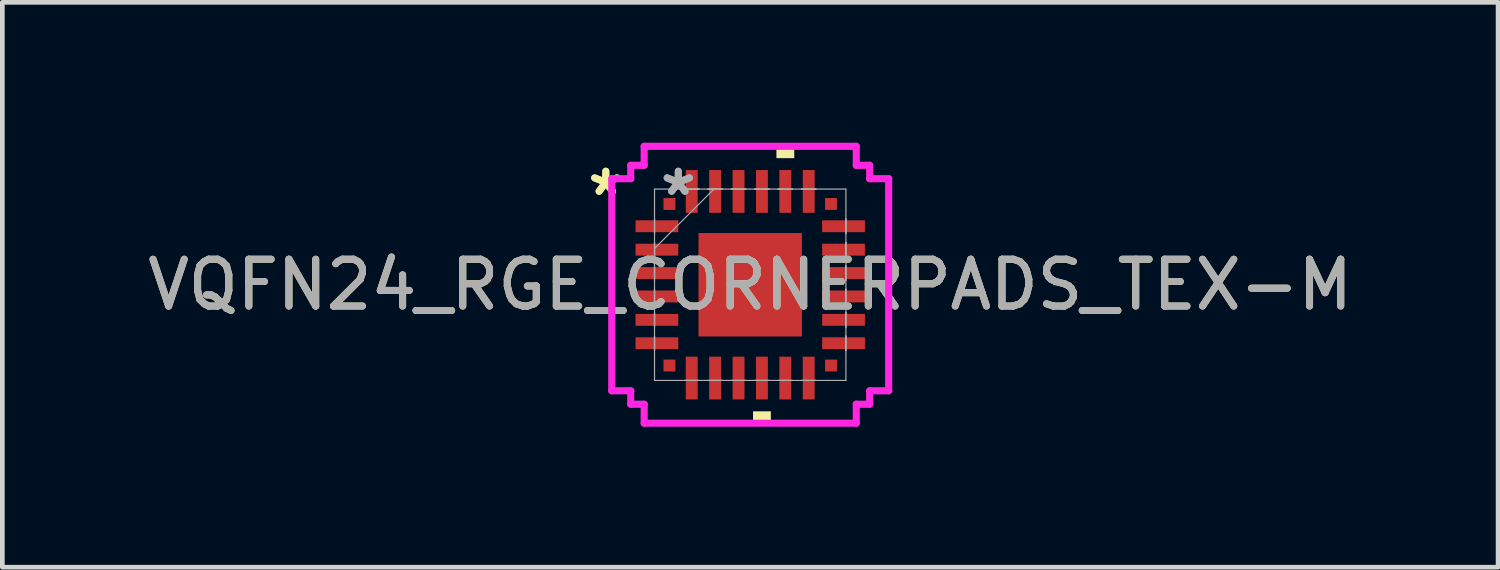
<source format=kicad_pcb>
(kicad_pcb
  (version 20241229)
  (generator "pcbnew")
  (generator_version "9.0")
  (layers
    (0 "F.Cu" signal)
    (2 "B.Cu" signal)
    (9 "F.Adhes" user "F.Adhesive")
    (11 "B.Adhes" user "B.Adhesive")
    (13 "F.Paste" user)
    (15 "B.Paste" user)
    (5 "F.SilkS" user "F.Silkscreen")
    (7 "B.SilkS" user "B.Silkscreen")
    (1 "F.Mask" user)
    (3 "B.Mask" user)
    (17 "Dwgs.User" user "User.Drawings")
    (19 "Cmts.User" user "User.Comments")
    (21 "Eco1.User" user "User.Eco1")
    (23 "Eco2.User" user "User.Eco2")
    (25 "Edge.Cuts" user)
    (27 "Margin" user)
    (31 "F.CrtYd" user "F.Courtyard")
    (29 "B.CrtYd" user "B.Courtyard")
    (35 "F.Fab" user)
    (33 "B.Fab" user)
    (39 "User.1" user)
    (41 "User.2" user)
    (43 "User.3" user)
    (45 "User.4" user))
  (footprint "VQFN24_RGE_CORNERPADS_TEX-M"
    (layer "F.Cu")
    (at 12.982 3.035)
    (property "Reference" "VQFN24_RGE_CORNERPADS_TEX-M" (at 0 0 0) (unlocked yes) (layer "F.SilkS") (effects (font (size 1 1) (thickness 0.15))))
    (attr smd)
    (fp_poly (pts (xy 0.06 2.705) (xy 0.06 2.959) (xy 0.441 2.959) (xy 0.441 2.705)) (stroke (width 0) (type solid)) (fill yes) (layer "F.SilkS"))
    (fp_poly (pts (xy 0.56 -2.705) (xy 0.56 -2.959) (xy 0.941 -2.959) (xy 0.941 -2.705)) (stroke (width 0) (type solid)) (fill yes) (layer "F.SilkS"))
    (fp_line (start -2.959 -2.266) (end -2.553 -2.266) (stroke (width 0.152) (type solid)) (layer "F.CrtYd"))
    (fp_line (start -2.959 2.266) (end -2.959 -2.266) (stroke (width 0.152) (type solid)) (layer "F.CrtYd"))
    (fp_line (start -2.959 2.266) (end -2.553 2.266) (stroke (width 0.152) (type solid)) (layer "F.CrtYd"))
    (fp_line (start -2.553 -2.553) (end -2.266 -2.553) (stroke (width 0.152) (type solid)) (layer "F.CrtYd"))
    (fp_line (start -2.553 -2.266) (end -2.553 -2.553) (stroke (width 0.152) (type solid)) (layer "F.CrtYd"))
    (fp_line (start -2.553 2.553) (end -2.553 2.266) (stroke (width 0.152) (type solid)) (layer "F.CrtYd"))
    (fp_line (start -2.266 -2.959) (end 2.266 -2.959) (stroke (width 0.152) (type solid)) (layer "F.CrtYd"))
    (fp_line (start -2.266 -2.553) (end -2.266 -2.959) (stroke (width 0.152) (type solid)) (layer "F.CrtYd"))
    (fp_line (start -2.266 2.553) (end -2.553 2.553) (stroke (width 0.152) (type solid)) (layer "F.CrtYd"))
    (fp_line (start -2.266 2.959) (end -2.266 2.553) (stroke (width 0.152) (type solid)) (layer "F.CrtYd"))
    (fp_line (start 2.266 -2.959) (end 2.266 -2.553) (stroke (width 0.152) (type solid)) (layer "F.CrtYd"))
    (fp_line (start 2.266 -2.553) (end 2.553 -2.553) (stroke (width 0.152) (type solid)) (layer "F.CrtYd"))
    (fp_line (start 2.266 2.553) (end 2.266 2.959) (stroke (width 0.152) (type solid)) (layer "F.CrtYd"))
    (fp_line (start 2.266 2.959) (end -2.266 2.959) (stroke (width 0.152) (type solid)) (layer "F.CrtYd"))
    (fp_line (start 2.553 -2.553) (end 2.553 -2.266) (stroke (width 0.152) (type solid)) (layer "F.CrtYd"))
    (fp_line (start 2.553 -2.266) (end 2.959 -2.266) (stroke (width 0.152) (type solid)) (layer "F.CrtYd"))
    (fp_line (start 2.553 2.266) (end 2.553 2.553) (stroke (width 0.152) (type solid)) (layer "F.CrtYd"))
    (fp_line (start 2.553 2.553) (end 2.266 2.553) (stroke (width 0.152) (type solid)) (layer "F.CrtYd"))
    (fp_line (start 2.959 -2.266) (end 2.959 2.266) (stroke (width 0.152) (type solid)) (layer "F.CrtYd"))
    (fp_line (start 2.959 2.266) (end 2.553 2.266) (stroke (width 0.152) (type solid)) (layer "F.CrtYd"))
    (fp_line (start -2.045 -2.045) (end -2.045 2.045) (stroke (width 0.025) (type solid)) (layer "F.Fab"))
    (fp_line (start -2.045 -1.403) (end -2.045 -1.403) (stroke (width 0.025) (type solid)) (layer "F.Fab"))
    (fp_line (start -2.045 -1.403) (end -2.045 -1.098) (stroke (width 0.025) (type solid)) (layer "F.Fab"))
    (fp_line (start -2.045 -1.098) (end -2.045 -1.403) (stroke (width 0.025) (type solid)) (layer "F.Fab"))
    (fp_line (start -2.045 -1.098) (end -2.045 -1.098) (stroke (width 0.025) (type solid)) (layer "F.Fab"))
    (fp_line (start -2.045 -0.903) (end -2.045 -0.903) (stroke (width 0.025) (type solid)) (layer "F.Fab"))
    (fp_line (start -2.045 -0.903) (end -2.045 -0.598) (stroke (width 0.025) (type solid)) (layer "F.Fab"))
    (fp_line (start -2.045 -0.775) (end -0.775 -2.045) (stroke (width 0.025) (type solid)) (layer "F.Fab"))
    (fp_line (start -2.045 -0.598) (end -2.045 -0.903) (stroke (width 0.025) (type solid)) (layer "F.Fab"))
    (fp_line (start -2.045 -0.598) (end -2.045 -0.598) (stroke (width 0.025) (type solid)) (layer "F.Fab"))
    (fp_line (start -2.045 -0.402) (end -2.045 -0.402) (stroke (width 0.025) (type solid)) (layer "F.Fab"))
    (fp_line (start -2.045 -0.402) (end -2.045 -0.098) (stroke (width 0.025) (type solid)) (layer "F.Fab"))
    (fp_line (start -2.045 -0.098) (end -2.045 -0.402) (stroke (width 0.025) (type solid)) (layer "F.Fab"))
    (fp_line (start -2.045 -0.098) (end -2.045 -0.098) (stroke (width 0.025) (type solid)) (layer "F.Fab"))
    (fp_line (start -2.045 0.098) (end -2.045 0.098) (stroke (width 0.025) (type solid)) (layer "F.Fab"))
    (fp_line (start -2.045 0.098) (end -2.045 0.402) (stroke (width 0.025) (type solid)) (layer "F.Fab"))
    (fp_line (start -2.045 0.402) (end -2.045 0.098) (stroke (width 0.025) (type solid)) (layer "F.Fab"))
    (fp_line (start -2.045 0.402) (end -2.045 0.402) (stroke (width 0.025) (type solid)) (layer "F.Fab"))
    (fp_line (start -2.045 0.598) (end -2.045 0.598) (stroke (width 0.025) (type solid)) (layer "F.Fab"))
    (fp_line (start -2.045 0.598) (end -2.045 0.903) (stroke (width 0.025) (type solid)) (layer "F.Fab"))
    (fp_line (start -2.045 0.903) (end -2.045 0.598) (stroke (width 0.025) (type solid)) (layer "F.Fab"))
    (fp_line (start -2.045 0.903) (end -2.045 0.903) (stroke (width 0.025) (type solid)) (layer "F.Fab"))
    (fp_line (start -2.045 1.098) (end -2.045 1.098) (stroke (width 0.025) (type solid)) (layer "F.Fab"))
    (fp_line (start -2.045 1.098) (end -2.045 1.403) (stroke (width 0.025) (type solid)) (layer "F.Fab"))
    (fp_line (start -2.045 1.403) (end -2.045 1.098) (stroke (width 0.025) (type solid)) (layer "F.Fab"))
    (fp_line (start -2.045 1.403) (end -2.045 1.403) (stroke (width 0.025) (type solid)) (layer "F.Fab"))
    (fp_line (start -2.045 2.045) (end 2.045 2.045) (stroke (width 0.025) (type solid)) (layer "F.Fab"))
    (fp_line (start -1.403 -2.045) (end -1.403 -2.045) (stroke (width 0.025) (type solid)) (layer "F.Fab"))
    (fp_line (start -1.403 -2.045) (end -1.098 -2.045) (stroke (width 0.025) (type solid)) (layer "F.Fab"))
    (fp_line (start -1.403 2.045) (end -1.403 2.045) (stroke (width 0.025) (type solid)) (layer "F.Fab"))
    (fp_line (start -1.403 2.045) (end -1.098 2.045) (stroke (width 0.025) (type solid)) (layer "F.Fab"))
    (fp_line (start -1.098 -2.045) (end -1.403 -2.045) (stroke (width 0.025) (type solid)) (layer "F.Fab"))
    (fp_line (start -1.098 -2.045) (end -1.098 -2.045) (stroke (width 0.025) (type solid)) (layer "F.Fab"))
    (fp_line (start -1.098 2.045) (end -1.403 2.045) (stroke (width 0.025) (type solid)) (layer "F.Fab"))
    (fp_line (start -1.098 2.045) (end -1.098 2.045) (stroke (width 0.025) (type solid)) (layer "F.Fab"))
    (fp_line (start -0.903 -2.045) (end -0.903 -2.045) (stroke (width 0.025) (type solid)) (layer "F.Fab"))
    (fp_line (start -0.903 -2.045) (end -0.598 -2.045) (stroke (width 0.025) (type solid)) (layer "F.Fab"))
    (fp_line (start -0.903 2.045) (end -0.903 2.045) (stroke (width 0.025) (type solid)) (layer "F.Fab"))
    (fp_line (start -0.903 2.045) (end -0.598 2.045) (stroke (width 0.025) (type solid)) (layer "F.Fab"))
    (fp_line (start -0.598 -2.045) (end -0.903 -2.045) (stroke (width 0.025) (type solid)) (layer "F.Fab"))
    (fp_line (start -0.598 -2.045) (end -0.598 -2.045) (stroke (width 0.025) (type solid)) (layer "F.Fab"))
    (fp_line (start -0.598 2.045) (end -0.903 2.045) (stroke (width 0.025) (type solid)) (layer "F.Fab"))
    (fp_line (start -0.598 2.045) (end -0.598 2.045) (stroke (width 0.025) (type solid)) (layer "F.Fab"))
    (fp_line (start -0.402 -2.045) (end -0.402 -2.045) (stroke (width 0.025) (type solid)) (layer "F.Fab"))
    (fp_line (start -0.402 -2.045) (end -0.098 -2.045) (stroke (width 0.025) (type solid)) (layer "F.Fab"))
    (fp_line (start -0.402 2.045) (end -0.402 2.045) (stroke (width 0.025) (type solid)) (layer "F.Fab"))
    (fp_line (start -0.402 2.045) (end -0.098 2.045) (stroke (width 0.025) (type solid)) (layer "F.Fab"))
    (fp_line (start -0.098 -2.045) (end -0.402 -2.045) (stroke (width 0.025) (type solid)) (layer "F.Fab"))
    (fp_line (start -0.098 -2.045) (end -0.098 -2.045) (stroke (width 0.025) (type solid)) (layer "F.Fab"))
    (fp_line (start -0.098 2.045) (end -0.402 2.045) (stroke (width 0.025) (type solid)) (layer "F.Fab"))
    (fp_line (start -0.098 2.045) (end -0.098 2.045) (stroke (width 0.025) (type solid)) (layer "F.Fab"))
    (fp_line (start 0.098 -2.045) (end 0.098 -2.045) (stroke (width 0.025) (type solid)) (layer "F.Fab"))
    (fp_line (start 0.098 -2.045) (end 0.402 -2.045) (stroke (width 0.025) (type solid)) (layer "F.Fab"))
    (fp_line (start 0.098 2.045) (end 0.098 2.045) (stroke (width 0.025) (type solid)) (layer "F.Fab"))
    (fp_line (start 0.098 2.045) (end 0.402 2.045) (stroke (width 0.025) (type solid)) (layer "F.Fab"))
    (fp_line (start 0.402 -2.045) (end 0.098 -2.045) (stroke (width 0.025) (type solid)) (layer "F.Fab"))
    (fp_line (start 0.402 -2.045) (end 0.402 -2.045) (stroke (width 0.025) (type solid)) (layer "F.Fab"))
    (fp_line (start 0.402 2.045) (end 0.098 2.045) (stroke (width 0.025) (type solid)) (layer "F.Fab"))
    (fp_line (start 0.402 2.045) (end 0.402 2.045) (stroke (width 0.025) (type solid)) (layer "F.Fab"))
    (fp_line (start 0.598 -2.045) (end 0.598 -2.045) (stroke (width 0.025) (type solid)) (layer "F.Fab"))
    (fp_line (start 0.598 -2.045) (end 0.903 -2.045) (stroke (width 0.025) (type solid)) (layer "F.Fab"))
    (fp_line (start 0.598 2.045) (end 0.598 2.045) (stroke (width 0.025) (type solid)) (layer "F.Fab"))
    (fp_line (start 0.598 2.045) (end 0.903 2.045) (stroke (width 0.025) (type solid)) (layer "F.Fab"))
    (fp_line (start 0.903 -2.045) (end 0.598 -2.045) (stroke (width 0.025) (type solid)) (layer "F.Fab"))
    (fp_line (start 0.903 -2.045) (end 0.903 -2.045) (stroke (width 0.025) (type solid)) (layer "F.Fab"))
    (fp_line (start 0.903 2.045) (end 0.598 2.045) (stroke (width 0.025) (type solid)) (layer "F.Fab"))
    (fp_line (start 0.903 2.045) (end 0.903 2.045) (stroke (width 0.025) (type solid)) (layer "F.Fab"))
    (fp_line (start 1.098 -2.045) (end 1.098 -2.045) (stroke (width 0.025) (type solid)) (layer "F.Fab"))
    (fp_line (start 1.098 -2.045) (end 1.403 -2.045) (stroke (width 0.025) (type solid)) (layer "F.Fab"))
    (fp_line (start 1.098 2.045) (end 1.098 2.045) (stroke (width 0.025) (type solid)) (layer "F.Fab"))
    (fp_line (start 1.098 2.045) (end 1.403 2.045) (stroke (width 0.025) (type solid)) (layer "F.Fab"))
    (fp_line (start 1.403 -2.045) (end 1.098 -2.045) (stroke (width 0.025) (type solid)) (layer "F.Fab"))
    (fp_line (start 1.403 -2.045) (end 1.403 -2.045) (stroke (width 0.025) (type solid)) (layer "F.Fab"))
    (fp_line (start 1.403 2.045) (end 1.098 2.045) (stroke (width 0.025) (type solid)) (layer "F.Fab"))
    (fp_line (start 1.403 2.045) (end 1.403 2.045) (stroke (width 0.025) (type solid)) (layer "F.Fab"))
    (fp_line (start 2.045 -2.045) (end -2.045 -2.045) (stroke (width 0.025) (type solid)) (layer "F.Fab"))
    (fp_line (start 2.045 -1.403) (end 2.045 -1.403) (stroke (width 0.025) (type solid)) (layer "F.Fab"))
    (fp_line (start 2.045 -1.403) (end 2.045 -1.098) (stroke (width 0.025) (type solid)) (layer "F.Fab"))
    (fp_line (start 2.045 -1.098) (end 2.045 -1.403) (stroke (width 0.025) (type solid)) (layer "F.Fab"))
    (fp_line (start 2.045 -1.098) (end 2.045 -1.098) (stroke (width 0.025) (type solid)) (layer "F.Fab"))
    (fp_line (start 2.045 -0.903) (end 2.045 -0.903) (stroke (width 0.025) (type solid)) (layer "F.Fab"))
    (fp_line (start 2.045 -0.903) (end 2.045 -0.598) (stroke (width 0.025) (type solid)) (layer "F.Fab"))
    (fp_line (start 2.045 -0.598) (end 2.045 -0.903) (stroke (width 0.025) (type solid)) (layer "F.Fab"))
    (fp_line (start 2.045 -0.598) (end 2.045 -0.598) (stroke (width 0.025) (type solid)) (layer "F.Fab"))
    (fp_line (start 2.045 -0.402) (end 2.045 -0.402) (stroke (width 0.025) (type solid)) (layer "F.Fab"))
    (fp_line (start 2.045 -0.402) (end 2.045 -0.098) (stroke (width 0.025) (type solid)) (layer "F.Fab"))
    (fp_line (start 2.045 -0.098) (end 2.045 -0.402) (stroke (width 0.025) (type solid)) (layer "F.Fab"))
    (fp_line (start 2.045 -0.098) (end 2.045 -0.098) (stroke (width 0.025) (type solid)) (layer "F.Fab"))
    (fp_line (start 2.045 0.098) (end 2.045 0.098) (stroke (width 0.025) (type solid)) (layer "F.Fab"))
    (fp_line (start 2.045 0.098) (end 2.045 0.402) (stroke (width 0.025) (type solid)) (layer "F.Fab"))
    (fp_line (start 2.045 0.402) (end 2.045 0.098) (stroke (width 0.025) (type solid)) (layer "F.Fab"))
    (fp_line (start 2.045 0.402) (end 2.045 0.402) (stroke (width 0.025) (type solid)) (layer "F.Fab"))
    (fp_line (start 2.045 0.598) (end 2.045 0.598) (stroke (width 0.025) (type solid)) (layer "F.Fab"))
    (fp_line (start 2.045 0.598) (end 2.045 0.903) (stroke (width 0.025) (type solid)) (layer "F.Fab"))
    (fp_line (start 2.045 0.903) (end 2.045 0.598) (stroke (width 0.025) (type solid)) (layer "F.Fab"))
    (fp_line (start 2.045 0.903) (end 2.045 0.903) (stroke (width 0.025) (type solid)) (layer "F.Fab"))
    (fp_line (start 2.045 1.098) (end 2.045 1.098) (stroke (width 0.025) (type solid)) (layer "F.Fab"))
    (fp_line (start 2.045 1.098) (end 2.045 1.403) (stroke (width 0.025) (type solid)) (layer "F.Fab"))
    (fp_line (start 2.045 1.403) (end 2.045 1.098) (stroke (width 0.025) (type solid)) (layer "F.Fab"))
    (fp_line (start 2.045 1.403) (end 2.045 1.403) (stroke (width 0.025) (type solid)) (layer "F.Fab"))
    (fp_line (start 2.045 2.045) (end 2.045 -2.045) (stroke (width 0.025) (type solid)) (layer "F.Fab"))
    (fp_text user "*" (at -3.086 -1.881 0) (unlocked yes) (layer "F.SilkS") (effects (font (size 1 1) (thickness 0.15))))
    (fp_text user "*" (at -3.086 -1.881 0) (layer "F.SilkS") (effects (font (size 1 1) (thickness 0.15))))
    (fp_text user "*" (at -1.537 -1.881 0) (unlocked yes) (layer "F.Fab") (effects (font (size 1 1) (thickness 0.15))))
    (fp_text user "${REFERENCE}" (at 0 0 0) (unlocked yes) (layer "F.Fab") (effects (font (size 1 1) (thickness 0.15))))
    (fp_text user "*" (at -1.537 -1.881 0) (layer "F.Fab") (effects (font (size 1 1) (thickness 0.15))))
    (pad "1" smd rect (at -1.994 -1.25 90) (size 0.254 0.914) (layers "F.Cu" "F.Mask" "F.Paste"))
    (pad "2" smd rect (at -1.994 -0.75 90) (size 0.254 0.914) (layers "F.Cu" "F.Mask" "F.Paste"))
    (pad "3" smd rect (at -1.994 -0.25 90) (size 0.254 0.914) (layers "F.Cu" "F.Mask" "F.Paste"))
    (pad "4" smd rect (at -1.994 0.25 90) (size 0.254 0.914) (layers "F.Cu" "F.Mask" "F.Paste"))
    (pad "5" smd rect (at -1.994 0.75 90) (size 0.254 0.914) (layers "F.Cu" "F.Mask" "F.Paste"))
    (pad "6" smd rect (at -1.994 1.25 90) (size 0.254 0.914) (layers "F.Cu" "F.Mask" "F.Paste"))
    (pad "7" smd rect (at -1.25 1.994) (size 0.254 0.914) (layers "F.Cu" "F.Mask" "F.Paste"))
    (pad "8" smd rect (at -0.75 1.994) (size 0.254 0.914) (layers "F.Cu" "F.Mask" "F.Paste"))
    (pad "9" smd rect (at -0.25 1.994) (size 0.254 0.914) (layers "F.Cu" "F.Mask" "F.Paste"))
    (pad "10" smd rect (at 0.25 1.994) (size 0.254 0.914) (layers "F.Cu" "F.Mask" "F.Paste"))
    (pad "11" smd rect (at 0.75 1.994) (size 0.254 0.914) (layers "F.Cu" "F.Mask" "F.Paste"))
    (pad "12" smd rect (at 1.25 1.994) (size 0.254 0.914) (layers "F.Cu" "F.Mask" "F.Paste"))
    (pad "13" smd rect (at 1.994 1.25 90) (size 0.254 0.914) (layers "F.Cu" "F.Mask" "F.Paste"))
    (pad "14" smd rect (at 1.994 0.75 90) (size 0.254 0.914) (layers "F.Cu" "F.Mask" "F.Paste"))
    (pad "15" smd rect (at 1.994 0.25 90) (size 0.254 0.914) (layers "F.Cu" "F.Mask" "F.Paste"))
    (pad "16" smd rect (at 1.994 -0.25 90) (size 0.254 0.914) (layers "F.Cu" "F.Mask" "F.Paste"))
    (pad "17" smd rect (at 1.994 -0.75 90) (size 0.254 0.914) (layers "F.Cu" "F.Mask" "F.Paste"))
    (pad "18" smd rect (at 1.994 -1.25 90) (size 0.254 0.914) (layers "F.Cu" "F.Mask" "F.Paste"))
    (pad "19" smd rect (at 1.25 -1.994) (size 0.254 0.914) (layers "F.Cu" "F.Mask" "F.Paste"))
    (pad "20" smd rect (at 0.75 -1.994) (size 0.254 0.914) (layers "F.Cu" "F.Mask" "F.Paste"))
    (pad "21" smd rect (at 0.25 -1.994) (size 0.254 0.914) (layers "F.Cu" "F.Mask" "F.Paste"))
    (pad "22" smd rect (at -0.25 -1.994) (size 0.254 0.914) (layers "F.Cu" "F.Mask" "F.Paste"))
    (pad "23" smd rect (at -0.75 -1.994) (size 0.254 0.914) (layers "F.Cu" "F.Mask" "F.Paste"))
    (pad "24" smd rect (at -1.25 -1.994) (size 0.254 0.914) (layers "F.Cu" "F.Mask" "F.Paste"))
    (pad "29" smd rect (at 0 0) (size 2.21 2.21) (layers "F.Cu" "F.Mask" "F.Paste"))
    (pad "A1" smd rect (at -1.726 -1.726) (size 0.254 0.254) (layers "F.Cu" "F.Mask" "F.Paste"))
    (pad "A2" smd rect (at -1.726 1.726) (size 0.254 0.254) (layers "F.Cu" "F.Mask" "F.Paste"))
    (pad "A3" smd rect (at 1.726 1.726) (size 0.254 0.254) (layers "F.Cu" "F.Mask" "F.Paste"))
    (pad "A4" smd rect (at 1.726 -1.726) (size 0.254 0.254) (layers "F.Cu" "F.Mask" "F.Paste")))
  (gr_rect
    (start -3 -3)
    (end 28.964 9.071)
    (stroke (width 0.1) (type default))
    (fill no)
    (layer "Edge.Cuts")))
</source>
